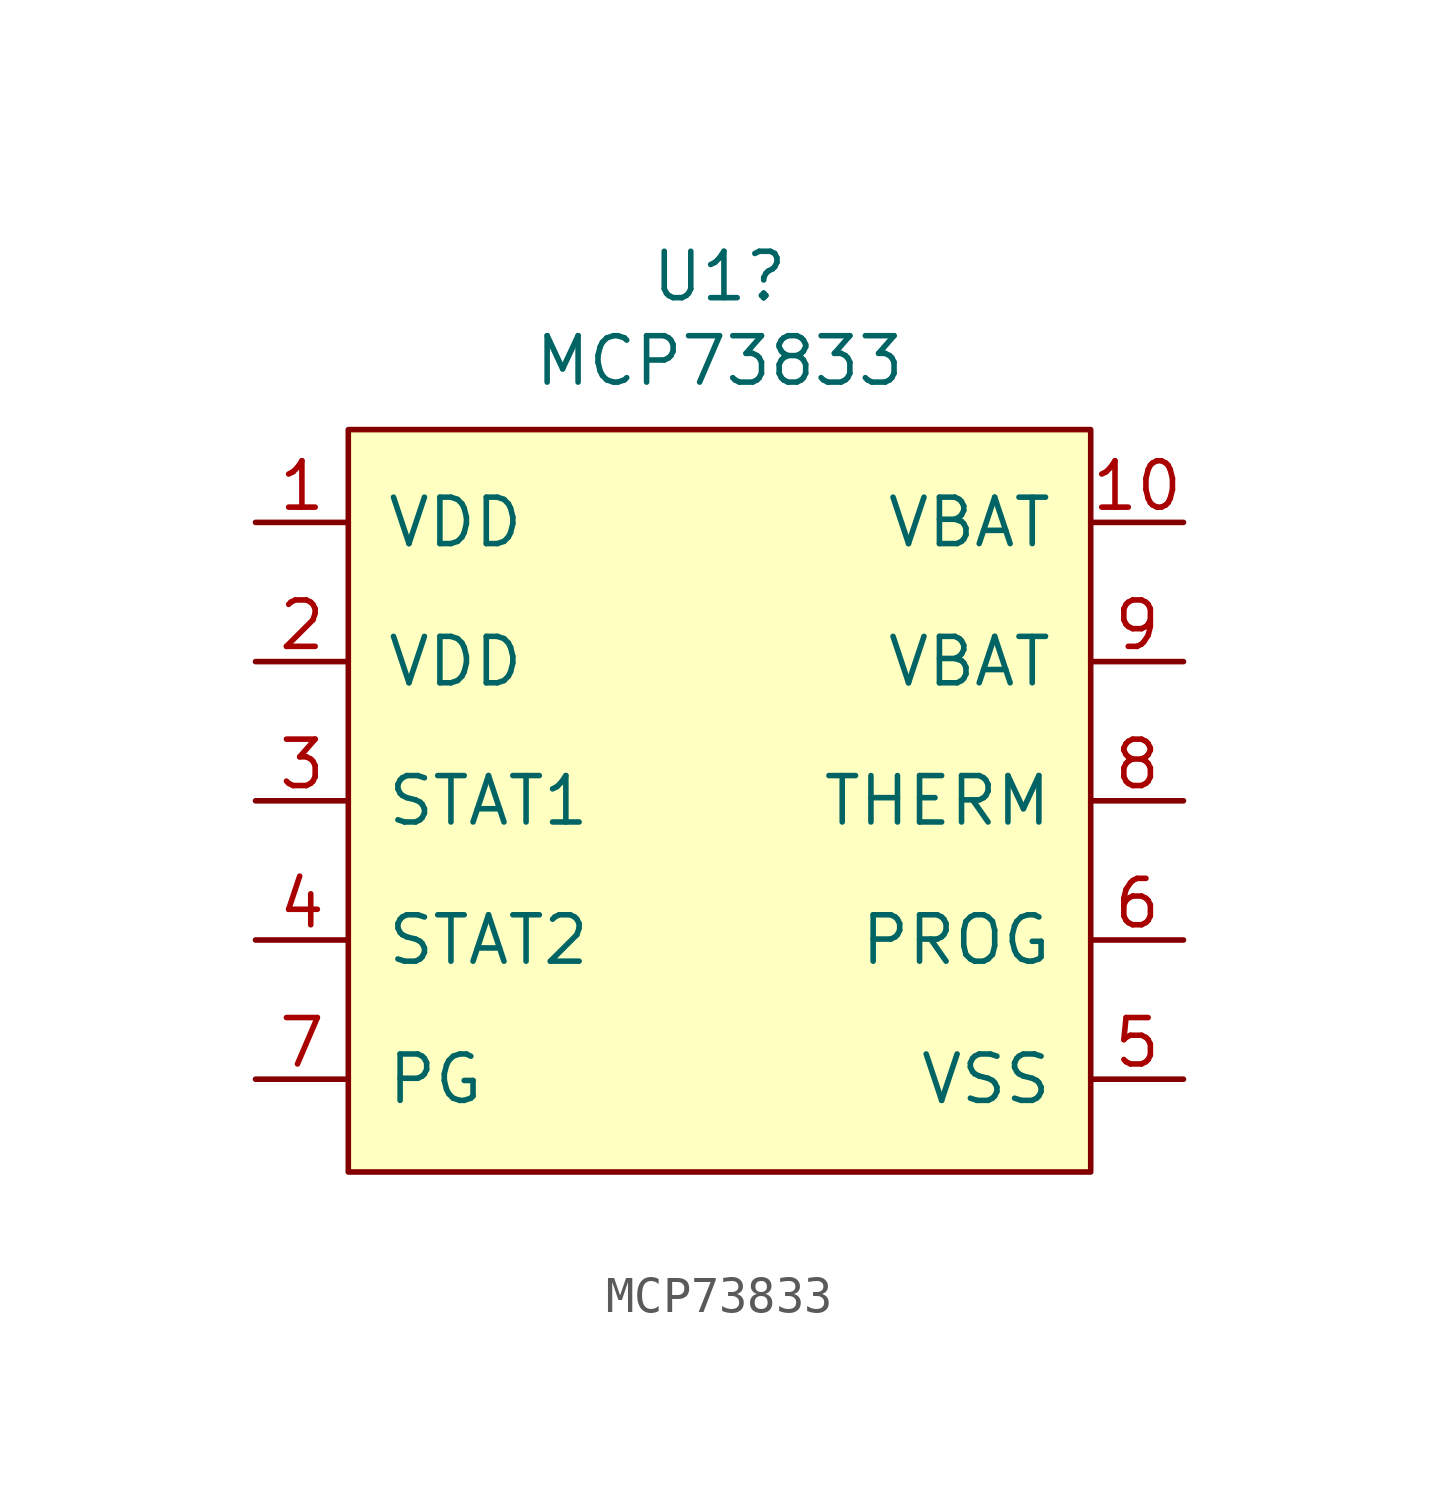
<source format=kicad_sym>
(kicad_symbol_lib
  (version 20211014)
  (generator kicad_symbol_editor)
  (symbol "MCP73833"
    (pin_names
      (offset 1.016))
    (property "Reference" "U1"
      (at 0 14.351 0)
      (effects (font (size 1.27 1.27))))
    (property "Value" "MCP73833"
      (at 0 12.04 0)
      (effects (font (size 1.27 1.27))))
    (symbol "MCP73833_0_1"
      (rectangle (start -10.16 10.16) (end 10.16 -10.16) (stroke (width 0) (type default) (color 0 0 0 0)) (fill (type background))))
    (symbol "MCP73833_1_1"
      (pin power_in line (at -12.7 7.62 0) (length 2.54) (name "VDD" (effects (font (size 1.27 1.27)))) (number "1" (effects (font (size 1.27 1.27)))))
      (pin power_out line (at 12.7 7.62 180) (length 2.54) (name "VBAT" (effects (font (size 1.27 1.27)))) (number "10" (effects (font (size 1.27 1.27)))))
      (pin power_in line (at -12.7 3.81 0) (length 2.54) (name "VDD" (effects (font (size 1.27 1.27)))) (number "2" (effects (font (size 1.27 1.27)))))
      (pin power_in line (at -12.7 0 0) (length 2.54) (name "STAT1" (effects (font (size 1.27 1.27)))) (number "3" (effects (font (size 1.27 1.27)))))
      (pin power_in line (at -12.7 -3.81 0) (length 2.54) (name "STAT2" (effects (font (size 1.27 1.27)))) (number "4" (effects (font (size 1.27 1.27)))))
      (pin power_in line (at 12.7 -7.62 180) (length 2.54) (name "VSS" (effects (font (size 1.27 1.27)))) (number "5" (effects (font (size 1.27 1.27)))))
      (pin input line (at 12.7 -3.81 180) (length 2.54) (name "PROG" (effects (font (size 1.27 1.27)))) (number "6" (effects (font (size 1.27 1.27)))))
      (pin power_in line (at -12.7 -7.62 0) (length 2.54) (name "PG" (effects (font (size 1.27 1.27)))) (number "7" (effects (font (size 1.27 1.27)))))
      (pin input line (at 12.7 0 180) (length 2.54) (name "THERM" (effects (font (size 1.27 1.27)))) (number "8" (effects (font (size 1.27 1.27)))))
      (pin power_out line (at 12.7 3.81 180) (length 2.54) (name "VBAT" (effects (font (size 1.27 1.27)))) (number "9" (effects (font (size 1.27 1.27))))))))
</source>
